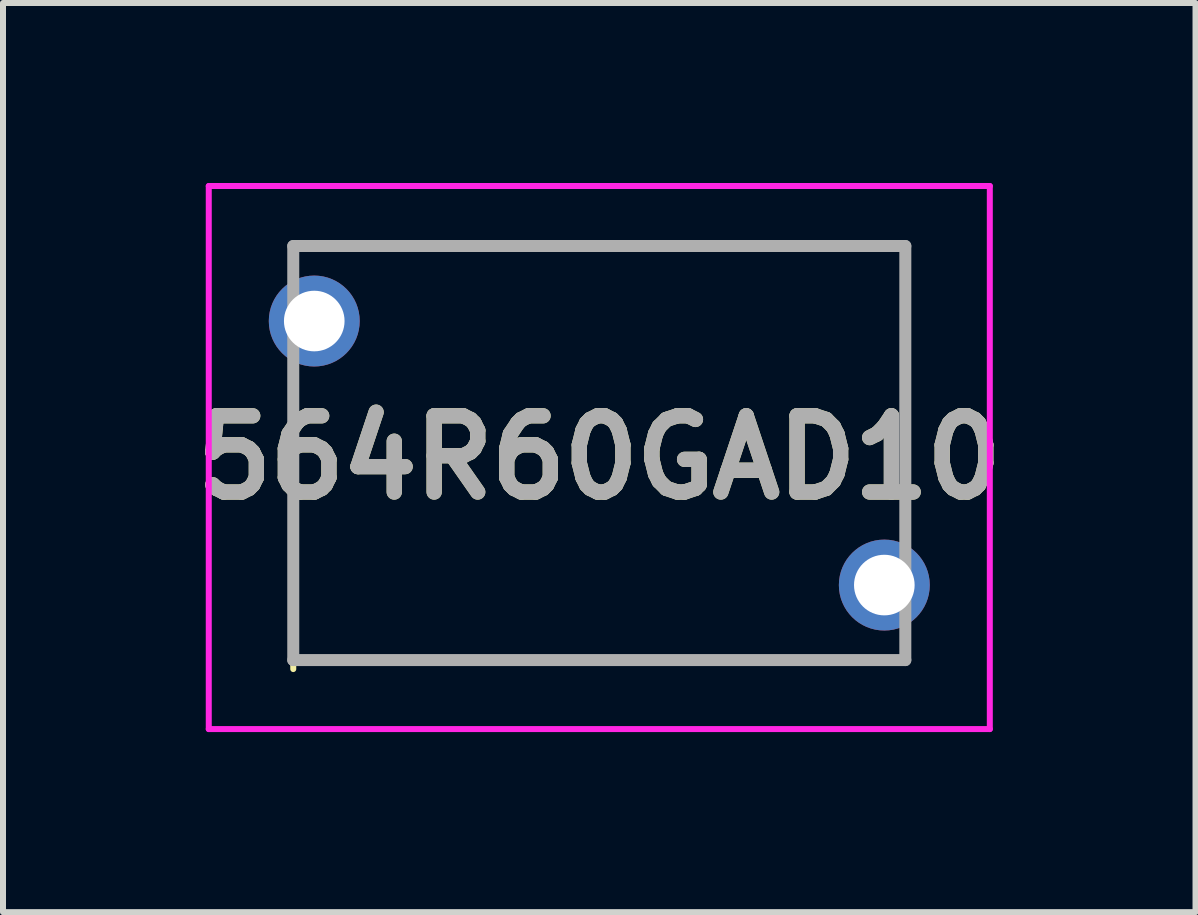
<source format=kicad_pcb>
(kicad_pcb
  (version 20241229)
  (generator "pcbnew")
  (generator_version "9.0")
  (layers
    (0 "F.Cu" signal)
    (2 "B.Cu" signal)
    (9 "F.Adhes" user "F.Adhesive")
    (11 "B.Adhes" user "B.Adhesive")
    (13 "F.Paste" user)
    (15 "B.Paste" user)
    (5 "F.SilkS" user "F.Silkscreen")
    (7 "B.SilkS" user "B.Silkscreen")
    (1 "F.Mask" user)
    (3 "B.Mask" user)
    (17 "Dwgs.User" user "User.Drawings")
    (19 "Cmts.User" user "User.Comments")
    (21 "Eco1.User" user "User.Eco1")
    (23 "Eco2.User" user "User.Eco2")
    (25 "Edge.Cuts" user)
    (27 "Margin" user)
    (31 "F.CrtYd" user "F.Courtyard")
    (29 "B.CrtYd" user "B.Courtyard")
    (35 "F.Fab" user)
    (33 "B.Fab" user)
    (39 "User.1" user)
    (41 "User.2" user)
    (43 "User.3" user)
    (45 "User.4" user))
  (footprint "564R60GAD10"
    (layer "F.Cu")
    (at 2.187 2.3)
    (property "Reference" "564R60GAD10" (at 4.75 2.275 0) (layer "F.SilkS") (effects (font (size 1.27 1.27) (thickness 0.254))))
    (attr through_hole)
    (fp_line (start -0.35 -1.25) (end 9.85 -1.25) (stroke (width 0.1) (type solid)) (layer "F.SilkS"))
    (fp_line (start -0.35 1.3) (end -0.35 5.8) (stroke (width 0.1) (type solid)) (layer "F.SilkS"))
    (fp_line (start -0.35 5.65) (end 9.85 5.65) (stroke (width 0.1) (type solid)) (layer "F.SilkS"))
    (fp_line (start 9.85 -1.25) (end 9.85 3.1) (stroke (width 0.1) (type solid)) (layer "F.SilkS"))
    (fp_line (start -1.758 -2.25) (end 11.258 -2.25) (stroke (width 0.1) (type solid)) (layer "F.CrtYd"))
    (fp_line (start -1.758 6.8) (end -1.758 -2.25) (stroke (width 0.1) (type solid)) (layer "F.CrtYd"))
    (fp_line (start 11.258 -2.25) (end 11.258 6.8) (stroke (width 0.1) (type solid)) (layer "F.CrtYd"))
    (fp_line (start 11.258 6.8) (end -1.758 6.8) (stroke (width 0.1) (type solid)) (layer "F.CrtYd"))
    (fp_line (start -0.35 -1.25) (end 9.85 -1.25) (stroke (width 0.2) (type solid)) (layer "F.Fab"))
    (fp_line (start -0.35 5.65) (end -0.35 -1.25) (stroke (width 0.2) (type solid)) (layer "F.Fab"))
    (fp_line (start 9.85 -1.25) (end 9.85 5.65) (stroke (width 0.2) (type solid)) (layer "F.Fab"))
    (fp_line (start 9.85 5.65) (end -0.35 5.65) (stroke (width 0.2) (type solid)) (layer "F.Fab"))
    (fp_text user "${REFERENCE}" (at 4.75 2.275 0) (layer "F.Fab") (effects (font (size 1.27 1.27) (thickness 0.254))))
    (pad "1" thru_hole circle (at 0 0) (size 1.515 1.515) (drill 1.01) (layers "*.Cu" "*.Mask"))
    (pad "2" thru_hole circle (at 9.5 4.4) (size 1.515 1.515) (drill 1.01) (layers "*.Cu" "*.Mask")))
  (gr_rect
    (start -3 -3)
    (end 16.873 12.15)
    (stroke (width 0.1) (type default))
    (fill no)
    (layer "Edge.Cuts")))
</source>
